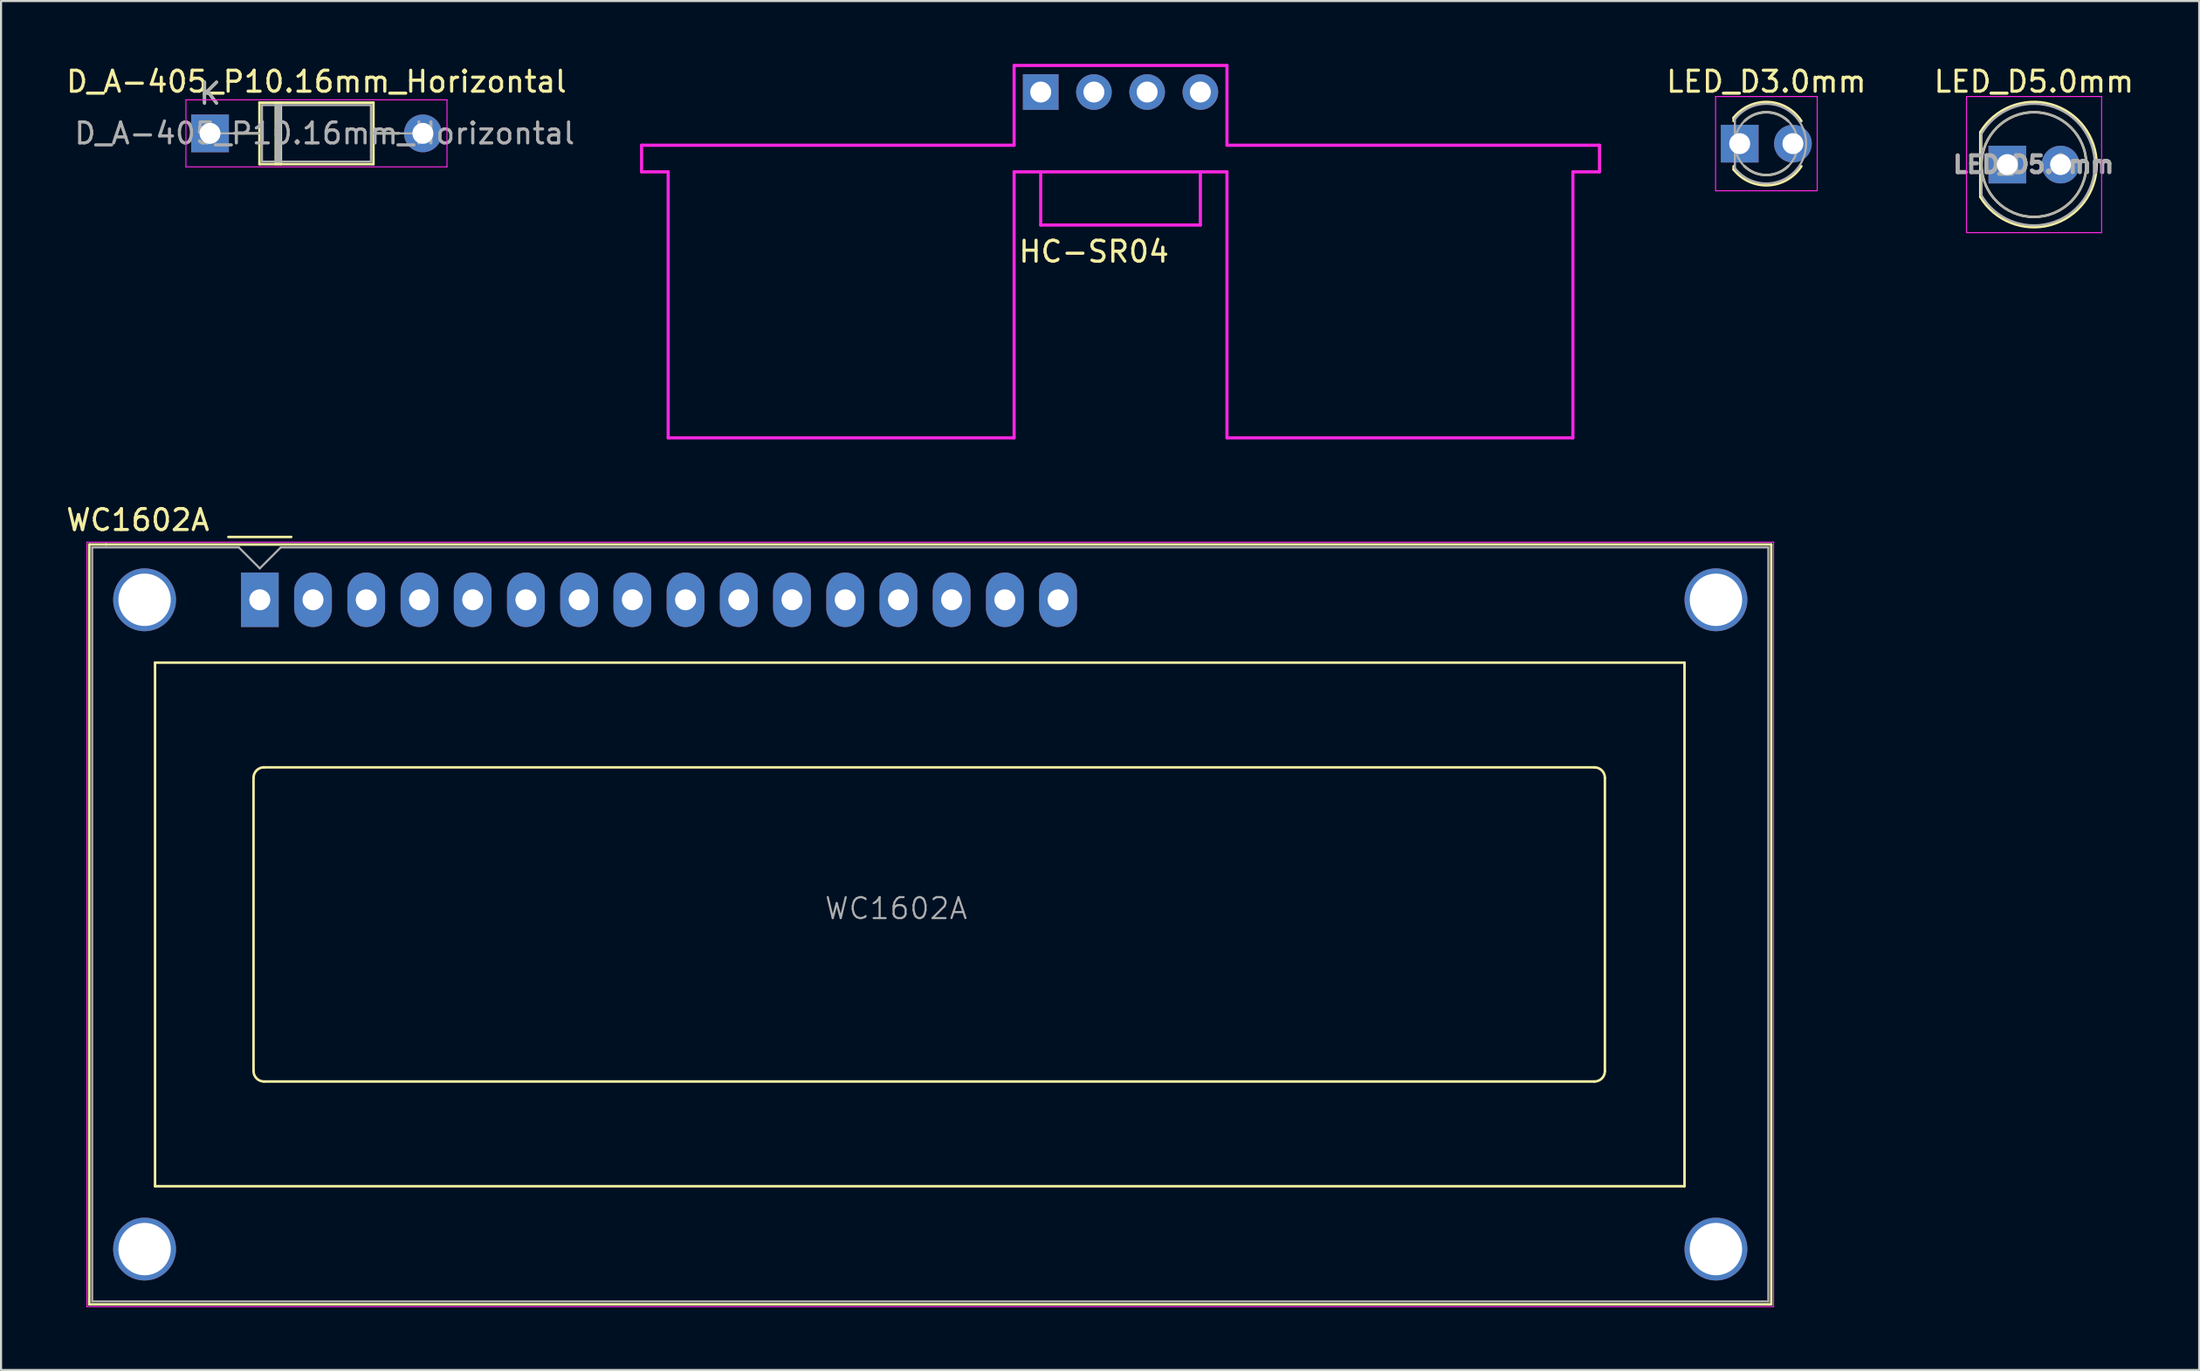
<source format=kicad_pcb>
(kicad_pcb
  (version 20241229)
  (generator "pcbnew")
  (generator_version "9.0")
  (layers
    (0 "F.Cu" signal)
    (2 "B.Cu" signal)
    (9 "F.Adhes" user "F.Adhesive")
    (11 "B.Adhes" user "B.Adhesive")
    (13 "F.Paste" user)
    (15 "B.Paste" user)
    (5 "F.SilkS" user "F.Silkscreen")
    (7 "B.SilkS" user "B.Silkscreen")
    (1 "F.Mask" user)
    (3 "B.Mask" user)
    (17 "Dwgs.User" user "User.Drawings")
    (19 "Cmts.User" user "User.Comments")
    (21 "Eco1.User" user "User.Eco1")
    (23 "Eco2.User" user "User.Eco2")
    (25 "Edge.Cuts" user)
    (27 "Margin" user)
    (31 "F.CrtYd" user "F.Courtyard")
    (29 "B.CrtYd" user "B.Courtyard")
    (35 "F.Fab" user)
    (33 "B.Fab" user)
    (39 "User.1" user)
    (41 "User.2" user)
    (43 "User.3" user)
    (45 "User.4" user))
  (footprint "HC-SR04"
    (layer "F.Cu")
    (at 46.622 1.345)
    (property "Reference" "HC-SR04" (at 2.54 7.62 0) (layer "F.SilkS") (effects (font (size 1 1) (thickness 0.15))))
    (attr through_hole)
    (fp_line (start -19.05 2.54) (end -19.05 3.81) (stroke (width 0.15) (type solid)) (layer "F.CrtYd"))
    (fp_line (start -19.05 3.81) (end -17.78 3.81) (stroke (width 0.15) (type solid)) (layer "F.CrtYd"))
    (fp_line (start -17.78 3.81) (end -17.78 16.51) (stroke (width 0.15) (type solid)) (layer "F.CrtYd"))
    (fp_line (start -17.78 16.51) (end -1.27 16.51) (stroke (width 0.15) (type solid)) (layer "F.CrtYd"))
    (fp_line (start -1.27 -1.27) (end -1.27 2.54) (stroke (width 0.15) (type solid)) (layer "F.CrtYd"))
    (fp_line (start -1.27 2.54) (end -19.05 2.54) (stroke (width 0.15) (type solid)) (layer "F.CrtYd"))
    (fp_line (start -1.27 3.81) (end 8.89 3.81) (stroke (width 0.15) (type solid)) (layer "F.CrtYd"))
    (fp_line (start -1.27 16.51) (end -1.27 3.81) (stroke (width 0.15) (type solid)) (layer "F.CrtYd"))
    (fp_line (start 0 6.35) (end 0 3.81) (stroke (width 0.15) (type solid)) (layer "F.CrtYd"))
    (fp_line (start 7.62 3.81) (end 7.62 6.35) (stroke (width 0.15) (type solid)) (layer "F.CrtYd"))
    (fp_line (start 7.62 6.35) (end 0 6.35) (stroke (width 0.15) (type solid)) (layer "F.CrtYd"))
    (fp_line (start 8.89 -1.27) (end -1.27 -1.27) (stroke (width 0.15) (type solid)) (layer "F.CrtYd"))
    (fp_line (start 8.89 2.54) (end 8.89 -1.27) (stroke (width 0.15) (type solid)) (layer "F.CrtYd"))
    (fp_line (start 8.89 3.81) (end 8.89 16.51) (stroke (width 0.15) (type solid)) (layer "F.CrtYd"))
    (fp_line (start 8.89 16.51) (end 25.4 16.51) (stroke (width 0.15) (type solid)) (layer "F.CrtYd"))
    (fp_line (start 25.4 3.81) (end 26.67 3.81) (stroke (width 0.15) (type solid)) (layer "F.CrtYd"))
    (fp_line (start 25.4 16.51) (end 25.4 3.81) (stroke (width 0.15) (type solid)) (layer "F.CrtYd"))
    (fp_line (start 26.67 2.54) (end 8.89 2.54) (stroke (width 0.15) (type solid)) (layer "F.CrtYd"))
    (fp_line (start 26.67 3.81) (end 26.67 2.54) (stroke (width 0.15) (type solid)) (layer "F.CrtYd"))
    (pad "1" thru_hole rect (at 0 0) (size 1.7 1.7) (drill 1) (layers "*.Cu" "*.Mask"))
    (pad "2" thru_hole circle (at 2.54 0) (size 1.7 1.7) (drill 1) (layers "*.Cu" "*.Mask"))
    (pad "3" thru_hole circle (at 5.08 0) (size 1.7 1.7) (drill 1) (layers "*.Cu" "*.Mask"))
    (pad "4" thru_hole circle (at 7.62 0) (size 1.7 1.7) (drill 1) (layers "*.Cu" "*.Mask")))
  (footprint "LED_D5.0mm"
    (layer "F.Cu")
    (at 92.758 4.808)
    (property "Reference" "LED_D5.0mm" (at 1.27 -3.96 0) (layer "F.SilkS") (effects (font (size 1 1) (thickness 0.15))))
    (attr through_hole)
    (fp_line (start -1.29 -1.545) (end -1.29 1.545) (stroke (width 0.12) (type solid)) (layer "F.SilkS"))
    (fp_arc (start -1.29 -1.54483) (mid 2.072002 -2.880433) (end 4.26 0.000462) (stroke (width 0.12) (type solid)) (layer "F.SilkS"))
    (fp_arc (start 4.26 -0.000462) (mid 2.072002 2.880433) (end -1.29 1.54483) (stroke (width 0.12) (type solid)) (layer "F.SilkS"))
    (fp_circle (center 1.27 0) (end 3.77 0) (stroke (width 0.12) (type solid)) (fill no) (layer "F.SilkS"))
    (fp_line (start -1.95 -3.25) (end -1.95 3.25) (stroke (width 0.05) (type solid)) (layer "F.CrtYd"))
    (fp_line (start -1.95 3.25) (end 4.5 3.25) (stroke (width 0.05) (type solid)) (layer "F.CrtYd"))
    (fp_line (start 4.5 -3.25) (end -1.95 -3.25) (stroke (width 0.05) (type solid)) (layer "F.CrtYd"))
    (fp_line (start 4.5 3.25) (end 4.5 -3.25) (stroke (width 0.05) (type solid)) (layer "F.CrtYd"))
    (fp_line (start -1.23 -1.47) (end -1.23 1.47) (stroke (width 0.1) (type solid)) (layer "F.Fab"))
    (fp_arc (start -1.23 -1.469694) (mid 4.17 0.000016) (end -1.230016 1.469666) (stroke (width 0.1) (type solid)) (layer "F.Fab"))
    (fp_circle (center 1.27 0) (end 3.77 0) (stroke (width 0.1) (type solid)) (fill no) (layer "F.Fab"))
    (fp_text user "${REFERENCE}" (at 1.25 0 0) (layer "F.Fab") (effects (font (size 0.8 0.8) (thickness 0.2))))
    (pad "1" thru_hole rect (at 0 0) (size 1.8 1.8) (drill 1) (layers "*.Cu" "*.Mask"))
    (pad "2" thru_hole circle (at 2.54 0) (size 1.8 1.8) (drill 1) (layers "*.Cu" "*.Mask")))
  (footprint "LED_D3.0mm"
    (layer "F.Cu")
    (at 79.984 3.808)
    (property "Reference" "LED_D3.0mm" (at 1.27 -2.96 0) (layer "F.SilkS") (effects (font (size 1 1) (thickness 0.15))))
    (attr through_hole)
    (fp_line (start -0.29 -1.236) (end -0.29 -1.08) (stroke (width 0.12) (type solid)) (layer "F.SilkS"))
    (fp_line (start -0.29 1.08) (end -0.29 1.236) (stroke (width 0.12) (type solid)) (layer "F.SilkS"))
    (fp_arc (start -0.29 -1.235516) (mid 1.366487 -1.987659) (end 2.942335 -1.078608) (stroke (width 0.12) (type solid)) (layer "F.SilkS"))
    (fp_arc (start 0.229039 -1.08) (mid 1.270117 -1.5) (end 2.31113 -1.079837) (stroke (width 0.12) (type solid)) (layer "F.SilkS"))
    (fp_arc (start 2.31113 1.079837) (mid 1.270117 1.5) (end 0.229039 1.08) (stroke (width 0.12) (type solid)) (layer "F.SilkS"))
    (fp_arc (start 2.942335 1.078608) (mid 1.366487 1.987659) (end -0.29 1.235516) (stroke (width 0.12) (type solid)) (layer "F.SilkS"))
    (fp_line (start -1.15 -2.25) (end -1.15 2.25) (stroke (width 0.05) (type solid)) (layer "F.CrtYd"))
    (fp_line (start -1.15 2.25) (end 3.7 2.25) (stroke (width 0.05) (type solid)) (layer "F.CrtYd"))
    (fp_line (start 3.7 -2.25) (end -1.15 -2.25) (stroke (width 0.05) (type solid)) (layer "F.CrtYd"))
    (fp_line (start 3.7 2.25) (end 3.7 -2.25) (stroke (width 0.05) (type solid)) (layer "F.CrtYd"))
    (fp_line (start -0.23 -1.166) (end -0.23 1.166) (stroke (width 0.1) (type solid)) (layer "F.Fab"))
    (fp_arc (start -0.23 -1.16619) (mid 3.17 0.000452) (end -0.230555 1.165476) (stroke (width 0.1) (type solid)) (layer "F.Fab"))
    (fp_circle (center 1.27 0) (end 2.77 0) (stroke (width 0.1) (type solid)) (fill no) (layer "F.Fab"))
    (pad "1" thru_hole rect (at 0 0) (size 1.8 1.8) (drill 1) (layers "*.Cu" "*.Mask"))
    (pad "2" thru_hole circle (at 2.54 0) (size 1.8 1.8) (drill 1) (layers "*.Cu" "*.Mask")))
  (footprint "WC1602A"
    (layer "F.Cu")
    (at 9.35 25.588)
    (property "Reference" "WC1602A" (at -5.82 -3.81 0) (layer "F.SilkS") (effects (font (size 1 1) (thickness 0.15))))
    (attr through_hole)
    (fp_line (start -8.14 -2.64) (end -8.14 33.64) (stroke (width 0.12) (type solid)) (layer "F.SilkS"))
    (fp_line (start -8.14 33.64) (end 72.14 33.64) (stroke (width 0.12) (type solid)) (layer "F.SilkS"))
    (fp_line (start -8.13 -2.64) (end -7.34 -2.64) (stroke (width 0.12) (type solid)) (layer "F.SilkS"))
    (fp_line (start -5 3) (end 68 3) (stroke (width 0.12) (type solid)) (layer "F.SilkS"))
    (fp_line (start -5 28) (end -5 3) (stroke (width 0.12) (type solid)) (layer "F.SilkS"))
    (fp_line (start -1.5 -3) (end 1.5 -3) (stroke (width 0.12) (type solid)) (layer "F.SilkS"))
    (fp_line (start -0.3 22.499) (end -0.3 8.5) (stroke (width 0.12) (type solid)) (layer "F.SilkS"))
    (fp_line (start 0.2 8) (end 63.7 8) (stroke (width 0.12) (type solid)) (layer "F.SilkS"))
    (fp_line (start 63.701 23) (end 0.2 23) (stroke (width 0.12) (type solid)) (layer "F.SilkS"))
    (fp_line (start 64.2 8.5) (end 64.2 22.5) (stroke (width 0.12) (type solid)) (layer "F.SilkS"))
    (fp_line (start 68 3) (end 68 28) (stroke (width 0.12) (type solid)) (layer "F.SilkS"))
    (fp_line (start 68 28) (end -5 28) (stroke (width 0.12) (type solid)) (layer "F.SilkS"))
    (fp_line (start 72.14 -2.64) (end -7.34 -2.64) (stroke (width 0.12) (type solid)) (layer "F.SilkS"))
    (fp_line (start 72.14 33.64) (end 72.14 -2.64) (stroke (width 0.12) (type solid)) (layer "F.SilkS"))
    (fp_arc (start -0.29972 8.49884) (mid -0.153162 8.145018) (end 0.20066 7.99846) (stroke (width 0.12) (type solid)) (layer "F.SilkS"))
    (fp_arc (start 0.20066 22.9997) (mid -0.153162 22.853142) (end -0.29972 22.49932) (stroke (width 0.12) (type solid)) (layer "F.SilkS"))
    (fp_arc (start 63.7 8) (mid 64.053553 8.146447) (end 64.2 8.5) (stroke (width 0.12) (type solid)) (layer "F.SilkS"))
    (fp_arc (start 64.20104 22.49932) (mid 64.054482 22.853142) (end 63.70066 22.9997) (stroke (width 0.12) (type solid)) (layer "F.SilkS"))
    (fp_line (start -8.25 -2.75) (end -8.25 33.75) (stroke (width 0.05) (type solid)) (layer "F.CrtYd"))
    (fp_line (start -8.25 -2.75) (end 72.25 -2.75) (stroke (width 0.05) (type solid)) (layer "F.CrtYd"))
    (fp_line (start -8.25 33.75) (end 72.25 33.75) (stroke (width 0.05) (type solid)) (layer "F.CrtYd"))
    (fp_line (start 72.25 -2.75) (end 72.25 33.75) (stroke (width 0.05) (type solid)) (layer "F.CrtYd"))
    (fp_line (start -8 33.5) (end -8 -2.5) (stroke (width 0.1) (type solid)) (layer "F.Fab"))
    (fp_line (start -1 -2.5) (end -8 -2.5) (stroke (width 0.1) (type solid)) (layer "F.Fab"))
    (fp_line (start 0 -1.5) (end -1 -2.5) (stroke (width 0.1) (type solid)) (layer "F.Fab"))
    (fp_line (start 1 -2.5) (end 0 -1.5) (stroke (width 0.1) (type solid)) (layer "F.Fab"))
    (fp_line (start 1 -2.5) (end 72 -2.5) (stroke (width 0.1) (type solid)) (layer "F.Fab"))
    (fp_line (start 72 -2.5) (end 72 33.5) (stroke (width 0.1) (type solid)) (layer "F.Fab"))
    (fp_line (start 72 33.5) (end -8 33.5) (stroke (width 0.1) (type solid)) (layer "F.Fab"))
    (fp_text user "${REFERENCE}" (at 30.37 14.74 0) (layer "F.Fab") (effects (font (size 1 1) (thickness 0.1))))
    (pad "" thru_hole circle (at -5.499 0) (size 3 3) (drill 2.5) (layers "*.Cu" "*.Mask"))
    (pad "" thru_hole circle (at -5.499 31.001) (size 3 3) (drill 2.5) (layers "*.Cu" "*.Mask"))
    (pad "" thru_hole circle (at 69.499 31.001) (size 3 3) (drill 2.5) (layers "*.Cu" "*.Mask"))
    (pad "" thru_hole circle (at 69.5 0) (size 3 3) (drill 2.5) (layers "*.Cu" "*.Mask"))
    (pad "1" thru_hole rect (at 0 0) (size 1.8 2.6) (drill 1) (layers "*.Cu" "*.Mask"))
    (pad "2" thru_hole oval (at 2.54 0) (size 1.8 2.6) (drill 1) (layers "*.Cu" "*.Mask"))
    (pad "3" thru_hole oval (at 5.08 0) (size 1.8 2.6) (drill 1) (layers "*.Cu" "*.Mask"))
    (pad "4" thru_hole oval (at 7.62 0) (size 1.8 2.6) (drill 1) (layers "*.Cu" "*.Mask"))
    (pad "5" thru_hole oval (at 10.16 0) (size 1.8 2.6) (drill 1) (layers "*.Cu" "*.Mask"))
    (pad "6" thru_hole oval (at 12.7 0) (size 1.8 2.6) (drill 1) (layers "*.Cu" "*.Mask"))
    (pad "7" thru_hole oval (at 15.24 0) (size 1.8 2.6) (drill 1) (layers "*.Cu" "*.Mask"))
    (pad "8" thru_hole oval (at 17.78 0) (size 1.8 2.6) (drill 1) (layers "*.Cu" "*.Mask"))
    (pad "9" thru_hole oval (at 20.32 0) (size 1.8 2.6) (drill 1) (layers "*.Cu" "*.Mask"))
    (pad "10" thru_hole oval (at 22.86 0) (size 1.8 2.6) (drill 1) (layers "*.Cu" "*.Mask"))
    (pad "11" thru_hole oval (at 25.4 0) (size 1.8 2.6) (drill 1) (layers "*.Cu" "*.Mask"))
    (pad "12" thru_hole oval (at 27.94 0) (size 1.8 2.6) (drill 1) (layers "*.Cu" "*.Mask"))
    (pad "13" thru_hole oval (at 30.48 0) (size 1.8 2.6) (drill 1) (layers "*.Cu" "*.Mask"))
    (pad "14" thru_hole oval (at 33.02 0) (size 1.8 2.6) (drill 1) (layers "*.Cu" "*.Mask"))
    (pad "15" thru_hole oval (at 35.56 0) (size 1.8 2.6) (drill 1) (layers "*.Cu" "*.Mask"))
    (pad "16" thru_hole oval (at 38.1 0) (size 1.8 2.6) (drill 1) (layers "*.Cu" "*.Mask")))
  (footprint "D_A-405_P10.16mm_Horizontal"
    (layer "F.Cu")
    (at 6.974 3.318)
    (property "Reference" "D_A-405_P10.16mm_Horizontal" (at 5.08 -2.47 0) (layer "F.SilkS") (effects (font (size 1 1) (thickness 0.15))))
    (attr through_hole)
    (fp_line (start 1.14 0) (end 2.36 0) (stroke (width 0.12) (type solid)) (layer "F.SilkS"))
    (fp_line (start 2.36 -1.47) (end 2.36 1.47) (stroke (width 0.12) (type solid)) (layer "F.SilkS"))
    (fp_line (start 2.36 1.47) (end 7.8 1.47) (stroke (width 0.12) (type solid)) (layer "F.SilkS"))
    (fp_line (start 3.14 -1.47) (end 3.14 1.47) (stroke (width 0.12) (type solid)) (layer "F.SilkS"))
    (fp_line (start 3.26 -1.47) (end 3.26 1.47) (stroke (width 0.12) (type solid)) (layer "F.SilkS"))
    (fp_line (start 3.38 -1.47) (end 3.38 1.47) (stroke (width 0.12) (type solid)) (layer "F.SilkS"))
    (fp_line (start 7.8 -1.47) (end 2.36 -1.47) (stroke (width 0.12) (type solid)) (layer "F.SilkS"))
    (fp_line (start 7.8 1.47) (end 7.8 -1.47) (stroke (width 0.12) (type solid)) (layer "F.SilkS"))
    (fp_line (start 9.02 0) (end 7.8 0) (stroke (width 0.12) (type solid)) (layer "F.SilkS"))
    (fp_line (start -1.15 -1.6) (end -1.15 1.6) (stroke (width 0.05) (type solid)) (layer "F.CrtYd"))
    (fp_line (start -1.15 1.6) (end 11.31 1.6) (stroke (width 0.05) (type solid)) (layer "F.CrtYd"))
    (fp_line (start 11.31 -1.6) (end -1.15 -1.6) (stroke (width 0.05) (type solid)) (layer "F.CrtYd"))
    (fp_line (start 11.31 1.6) (end 11.31 -1.6) (stroke (width 0.05) (type solid)) (layer "F.CrtYd"))
    (fp_line (start 0 0) (end 2.48 0) (stroke (width 0.1) (type solid)) (layer "F.Fab"))
    (fp_line (start 2.48 -1.35) (end 2.48 1.35) (stroke (width 0.1) (type solid)) (layer "F.Fab"))
    (fp_line (start 2.48 1.35) (end 7.68 1.35) (stroke (width 0.1) (type solid)) (layer "F.Fab"))
    (fp_line (start 3.16 -1.35) (end 3.16 1.35) (stroke (width 0.1) (type solid)) (layer "F.Fab"))
    (fp_line (start 3.26 -1.35) (end 3.26 1.35) (stroke (width 0.1) (type solid)) (layer "F.Fab"))
    (fp_line (start 3.36 -1.35) (end 3.36 1.35) (stroke (width 0.1) (type solid)) (layer "F.Fab"))
    (fp_line (start 7.68 -1.35) (end 2.48 -1.35) (stroke (width 0.1) (type solid)) (layer "F.Fab"))
    (fp_line (start 7.68 1.35) (end 7.68 -1.35) (stroke (width 0.1) (type solid)) (layer "F.Fab"))
    (fp_line (start 10.16 0) (end 7.68 0) (stroke (width 0.1) (type solid)) (layer "F.Fab"))
    (fp_text user "K" (at 0 -1.9 0) (layer "F.SilkS") (effects (font (size 1 1) (thickness 0.15))))
    (fp_text user "K" (at 0 -1.9 0) (layer "F.Fab") (effects (font (size 1 1) (thickness 0.15))))
    (fp_text user "${REFERENCE}" (at 5.47 0 0) (layer "F.Fab") (effects (font (size 1 1) (thickness 0.15))))
    (pad "1" thru_hole rect (at 0 0) (size 1.8 1.8) (drill 1) (layers "*.Cu" "*.Mask"))
    (pad "2" thru_hole oval (at 10.16 0) (size 1.8 1.8) (drill 1) (layers "*.Cu" "*.Mask")))
  (gr_rect
    (start -3 -3)
    (end 101.915 62.363)
    (stroke (width 0.1) (type default))
    (fill no)
    (layer "Edge.Cuts")))
</source>
